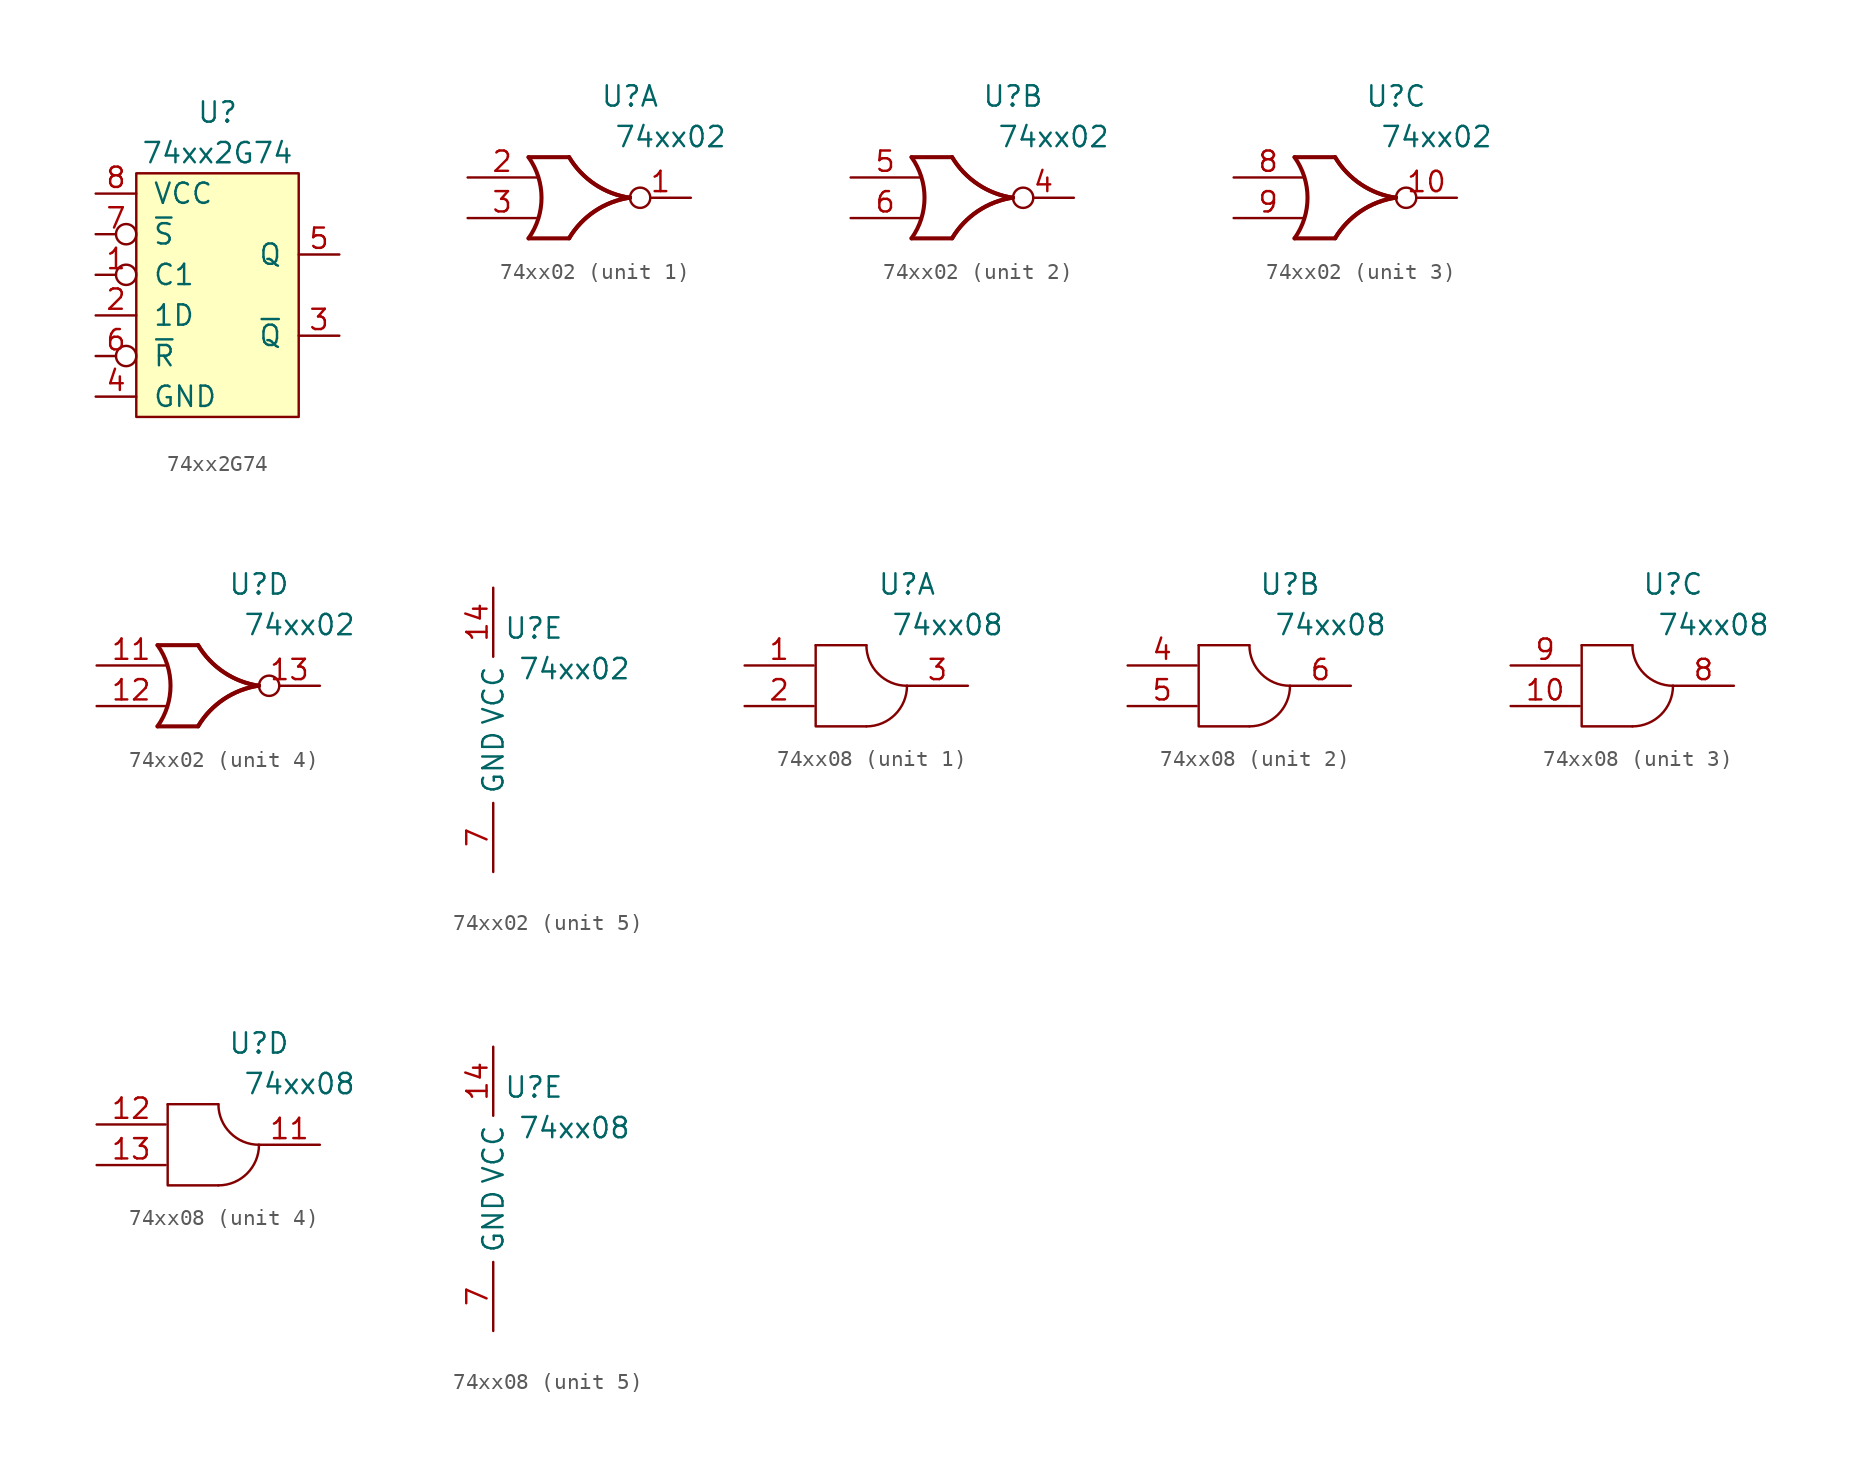
<source format=kicad_sym>
(kicad_symbol_lib
  (version 20211014)
  (generator kicad_symbol_editor)
  (symbol "74xx2G74"
    (pin_names
      (offset 1.016))
    (property "Reference" "U"
      (at 0 11.43 0)
      (effects (font (size 1.27 1.27))))
    (property "Value" "74xx2G74"
      (at 0 8.89 0)
      (effects (font (size 1.27 1.27))))
    (symbol "74xx2G74_0_1"
      (rectangle (start -5.08 7.62) (end 5.08 -7.62) (stroke (width 0) (type default) (color 0 0 0 0)) (fill (type background))))
    (symbol "74xx2G74_1_1"
      (pin input inverted (at -7.62 1.27 0) (length 2.54) (name "C1" (effects (font (size 1.27 1.27)))) (number "1" (effects (font (size 1.27 1.27)))))
      (pin input line (at -7.62 -1.27 0) (length 2.54) (name "1D" (effects (font (size 1.27 1.27)))) (number "2" (effects (font (size 1.27 1.27)))))
      (pin input line (at 7.62 -2.54 180) (length 2.54) (name "~{Q}" (effects (font (size 1.27 1.27)))) (number "3" (effects (font (size 1.27 1.27)))))
      (pin input line (at -7.62 -6.35 0) (length 2.54) (name "GND" (effects (font (size 1.27 1.27)))) (number "4" (effects (font (size 1.27 1.27)))))
      (pin input line (at 7.62 2.54 180) (length 2.54) (name "Q" (effects (font (size 1.27 1.27)))) (number "5" (effects (font (size 1.27 1.27)))))
      (pin input inverted (at -7.62 -3.81 0) (length 2.54) (name "~{R}" (effects (font (size 1.27 1.27)))) (number "6" (effects (font (size 1.27 1.27)))))
      (pin input inverted (at -7.62 3.81 0) (length 2.54) (name "~{S}" (effects (font (size 1.27 1.27)))) (number "7" (effects (font (size 1.27 1.27)))))
      (pin input line (at -7.62 6.35 0) (length 2.54) (name "VCC" (effects (font (size 1.27 1.27)))) (number "8" (effects (font (size 1.27 1.27)))))))
  (symbol "74xx02"
    (property "Reference" "U"
      (at 2.54 6.35 0)
      (effects (font (size 1.27 1.27))))
    (property "Value" "74xx02"
      (at 5.08 3.81 0)
      (effects (font (size 1.27 1.27))))
    (symbol "74xx02_1_1"
      (arc (start -3.81 -2.54) (mid -2.9969 0) (end -3.81 2.54) (stroke (width 0.254) (type default) (color 0 0 0 0)) (fill (type none)))
      (arc (start -1.27 2.54) (mid -4.9882 -7.1648) (end 2.54 0) (stroke (width 0.25) (type default) (color 0 0 0 0)) (fill (type none)))
      (arc (start -1.27 2.54) (mid -4.9882 -7.1648) (end 2.54 0) (stroke (width 0.25) (type default) (color 0 0 0 0)) (fill (type none)))
      (polyline (pts (xy -3.81 -2.54) (xy -1.27 -2.54)) (stroke (width 0.254) (type default) (color 0 0 0 0)) (fill (type background)))
      (polyline (pts (xy -3.81 2.54) (xy -1.27 2.54)) (stroke (width 0.254) (type default) (color 0 0 0 0)) (fill (type background)))
      (arc (start 2.5412 0.0109) (mid -4.987 7.1757) (end -1.2688 -2.5291) (stroke (width 0.254) (type default) (color 0 0 0 0)) (fill (type none)))
      (arc (start 2.5412 0.0109) (mid -4.987 7.1757) (end -1.2688 -2.5291) (stroke (width 0.254) (type default) (color 0 0 0 0)) (fill (type none)))
      (pin output inverted (at 6.35 0 180) (length 3.81) (name "~" (effects (font (size 1.27 1.27)))) (number "1" (effects (font (size 1.27 1.27)))))
      (pin input line (at -7.62 1.27 0) (length 4.318) (name "~" (effects (font (size 1.27 1.27)))) (number "2" (effects (font (size 1.27 1.27)))))
      (pin input line (at -7.62 -1.27 0) (length 4.318) (name "~" (effects (font (size 1.27 1.27)))) (number "3" (effects (font (size 1.27 1.27))))))
    (symbol "74xx02_2_1"
      (arc (start -3.81 -2.54) (mid -2.9969 0) (end -3.81 2.54) (stroke (width 0.254) (type default) (color 0 0 0 0)) (fill (type none)))
      (arc (start -1.27 2.54) (mid -4.9882 -7.1648) (end 2.54 0) (stroke (width 0.25) (type default) (color 0 0 0 0)) (fill (type none)))
      (arc (start -1.27 2.54) (mid -4.9882 -7.1648) (end 2.54 0) (stroke (width 0.25) (type default) (color 0 0 0 0)) (fill (type none)))
      (polyline (pts (xy -3.81 -2.54) (xy -1.27 -2.54)) (stroke (width 0.254) (type default) (color 0 0 0 0)) (fill (type background)))
      (polyline (pts (xy -3.81 2.54) (xy -1.27 2.54)) (stroke (width 0.254) (type default) (color 0 0 0 0)) (fill (type background)))
      (arc (start 2.5412 0.0109) (mid -4.987 7.1757) (end -1.2688 -2.5291) (stroke (width 0.254) (type default) (color 0 0 0 0)) (fill (type none)))
      (arc (start 2.5412 0.0109) (mid -4.987 7.1757) (end -1.2688 -2.5291) (stroke (width 0.254) (type default) (color 0 0 0 0)) (fill (type none)))
      (pin output inverted (at 6.35 0 180) (length 3.81) (name "~" (effects (font (size 1.27 1.27)))) (number "4" (effects (font (size 1.27 1.27)))))
      (pin input line (at -7.62 1.27 0) (length 4.318) (name "~" (effects (font (size 1.27 1.27)))) (number "5" (effects (font (size 1.27 1.27)))))
      (pin input line (at -7.62 -1.27 0) (length 4.318) (name "~" (effects (font (size 1.27 1.27)))) (number "6" (effects (font (size 1.27 1.27))))))
    (symbol "74xx02_3_1"
      (arc (start -3.81 -2.54) (mid -2.9969 0) (end -3.81 2.54) (stroke (width 0.254) (type default) (color 0 0 0 0)) (fill (type none)))
      (arc (start -1.27 2.54) (mid -4.9882 -7.1648) (end 2.54 0) (stroke (width 0.25) (type default) (color 0 0 0 0)) (fill (type none)))
      (arc (start -1.27 2.54) (mid -4.9882 -7.1648) (end 2.54 0) (stroke (width 0.25) (type default) (color 0 0 0 0)) (fill (type none)))
      (polyline (pts (xy -3.81 -2.54) (xy -1.27 -2.54)) (stroke (width 0.254) (type default) (color 0 0 0 0)) (fill (type background)))
      (polyline (pts (xy -3.81 2.54) (xy -1.27 2.54)) (stroke (width 0.254) (type default) (color 0 0 0 0)) (fill (type background)))
      (arc (start 2.5412 0.0109) (mid -4.987 7.1757) (end -1.2688 -2.5291) (stroke (width 0.254) (type default) (color 0 0 0 0)) (fill (type none)))
      (arc (start 2.5412 0.0109) (mid -4.987 7.1757) (end -1.2688 -2.5291) (stroke (width 0.254) (type default) (color 0 0 0 0)) (fill (type none)))
      (pin output inverted (at 6.35 0 180) (length 3.81) (name "~" (effects (font (size 1.27 1.27)))) (number "10" (effects (font (size 1.27 1.27)))))
      (pin input line (at -7.62 1.27 0) (length 4.318) (name "~" (effects (font (size 1.27 1.27)))) (number "8" (effects (font (size 1.27 1.27)))))
      (pin input line (at -7.62 -1.27 0) (length 4.318) (name "~" (effects (font (size 1.27 1.27)))) (number "9" (effects (font (size 1.27 1.27))))))
    (symbol "74xx02_4_1"
      (arc (start -3.81 -2.54) (mid -2.9969 0) (end -3.81 2.54) (stroke (width 0.254) (type default) (color 0 0 0 0)) (fill (type none)))
      (arc (start -1.27 2.54) (mid -4.9882 -7.1648) (end 2.54 0) (stroke (width 0.25) (type default) (color 0 0 0 0)) (fill (type none)))
      (arc (start -1.27 2.54) (mid -4.9882 -7.1648) (end 2.54 0) (stroke (width 0.25) (type default) (color 0 0 0 0)) (fill (type none)))
      (polyline (pts (xy -3.81 -2.54) (xy -1.27 -2.54)) (stroke (width 0.254) (type default) (color 0 0 0 0)) (fill (type background)))
      (polyline (pts (xy -3.81 2.54) (xy -1.27 2.54)) (stroke (width 0.254) (type default) (color 0 0 0 0)) (fill (type background)))
      (arc (start 2.5412 0.0109) (mid -4.987 7.1757) (end -1.2688 -2.5291) (stroke (width 0.254) (type default) (color 0 0 0 0)) (fill (type none)))
      (arc (start 2.5412 0.0109) (mid -4.987 7.1757) (end -1.2688 -2.5291) (stroke (width 0.254) (type default) (color 0 0 0 0)) (fill (type none)))
      (pin input line (at -7.62 1.27 0) (length 4.318) (name "~" (effects (font (size 1.27 1.27)))) (number "11" (effects (font (size 1.27 1.27)))))
      (pin input line (at -7.62 -1.27 0) (length 4.318) (name "~" (effects (font (size 1.27 1.27)))) (number "12" (effects (font (size 1.27 1.27)))))
      (pin output inverted (at 6.35 0 180) (length 3.81) (name "~" (effects (font (size 1.27 1.27)))) (number "13" (effects (font (size 1.27 1.27))))))
    (symbol "74xx02_5_1"
      (pin input line (at 0 8.89 270) (length 4.318) (name "VCC" (effects (font (size 1.27 1.27)))) (number "14" (effects (font (size 1.27 1.27)))))
      (pin input line (at 0 -8.89 90) (length 4.318) (name "GND" (effects (font (size 1.27 1.27)))) (number "7" (effects (font (size 1.27 1.27)))))))
  (symbol "74xx08"
    (property "Reference" "U"
      (at 2.54 6.35 0)
      (effects (font (size 1.27 1.27))))
    (property "Value" "74xx08"
      (at 5.08 3.81 0)
      (effects (font (size 1.27 1.27))))
    (symbol "74xx08_1_1"
      (arc (start 0 -2.54) (mid 1.7961 -1.7961) (end 2.54 0) (stroke (width 0.1524) (type default) (color 0 0 0 0)) (fill (type none)))
      (polyline (pts (xy 0 2.54) (xy -3.175 2.54)) (stroke (width 0.152) (type default) (color 0 0 0 0)) (fill (type none)))
      (polyline (pts (xy -3.175 2.54) (xy -3.175 -2.54) (xy 0 -2.54)) (stroke (width 0.152) (type default) (color 0 0 0 0)) (fill (type none)))
      (arc (start 0 2.54) (mid -1.7961 -1.7961) (end 2.54 0) (stroke (width 0.1524) (type default) (color 0 0 0 0)) (fill (type none)))
      (pin input line (at -7.62 1.27 0) (length 4.318) (name "~" (effects (font (size 1.27 1.27)))) (number "1" (effects (font (size 1.27 1.27)))))
      (pin input line (at -7.62 -1.27 0) (length 4.318) (name "~" (effects (font (size 1.27 1.27)))) (number "2" (effects (font (size 1.27 1.27)))))
      (pin output line (at 6.35 0 180) (length 3.81) (name "~" (effects (font (size 1.27 1.27)))) (number "3" (effects (font (size 1.27 1.27))))))
    (symbol "74xx08_2_1"
      (arc (start 0 -2.54) (mid 1.7961 -1.7961) (end 2.54 0) (stroke (width 0.1524) (type default) (color 0 0 0 0)) (fill (type none)))
      (polyline (pts (xy 0 2.54) (xy -3.175 2.54)) (stroke (width 0.152) (type default) (color 0 0 0 0)) (fill (type none)))
      (polyline (pts (xy -3.175 2.54) (xy -3.175 -2.54) (xy 0 -2.54)) (stroke (width 0.152) (type default) (color 0 0 0 0)) (fill (type none)))
      (arc (start 0 2.54) (mid -1.7961 -1.7961) (end 2.54 0) (stroke (width 0.1524) (type default) (color 0 0 0 0)) (fill (type none)))
      (pin input line (at -7.62 1.27 0) (length 4.318) (name "~" (effects (font (size 1.27 1.27)))) (number "4" (effects (font (size 1.27 1.27)))))
      (pin input line (at -7.62 -1.27 0) (length 4.318) (name "~" (effects (font (size 1.27 1.27)))) (number "5" (effects (font (size 1.27 1.27)))))
      (pin output line (at 6.35 0 180) (length 3.81) (name "~" (effects (font (size 1.27 1.27)))) (number "6" (effects (font (size 1.27 1.27))))))
    (symbol "74xx08_3_1"
      (arc (start 0 -2.54) (mid 1.7961 -1.7961) (end 2.54 0) (stroke (width 0.1524) (type default) (color 0 0 0 0)) (fill (type none)))
      (polyline (pts (xy 0 2.54) (xy -3.175 2.54)) (stroke (width 0.152) (type default) (color 0 0 0 0)) (fill (type none)))
      (polyline (pts (xy -3.175 2.54) (xy -3.175 -2.54) (xy 0 -2.54)) (stroke (width 0.152) (type default) (color 0 0 0 0)) (fill (type none)))
      (arc (start 0 2.54) (mid -1.7961 -1.7961) (end 2.54 0) (stroke (width 0.1524) (type default) (color 0 0 0 0)) (fill (type none)))
      (pin input line (at -7.62 -1.27 0) (length 4.318) (name "~" (effects (font (size 1.27 1.27)))) (number "10" (effects (font (size 1.27 1.27)))))
      (pin output line (at 6.35 0 180) (length 3.81) (name "~" (effects (font (size 1.27 1.27)))) (number "8" (effects (font (size 1.27 1.27)))))
      (pin input line (at -7.62 1.27 0) (length 4.318) (name "~" (effects (font (size 1.27 1.27)))) (number "9" (effects (font (size 1.27 1.27))))))
    (symbol "74xx08_4_1"
      (arc (start 0 -2.54) (mid 1.7961 -1.7961) (end 2.54 0) (stroke (width 0.1524) (type default) (color 0 0 0 0)) (fill (type none)))
      (polyline (pts (xy 0 2.54) (xy -3.175 2.54)) (stroke (width 0.152) (type default) (color 0 0 0 0)) (fill (type none)))
      (polyline (pts (xy -3.175 2.54) (xy -3.175 -2.54) (xy 0 -2.54)) (stroke (width 0.152) (type default) (color 0 0 0 0)) (fill (type none)))
      (arc (start 0 2.54) (mid -1.7961 -1.7961) (end 2.54 0) (stroke (width 0.1524) (type default) (color 0 0 0 0)) (fill (type none)))
      (pin output line (at 6.35 0 180) (length 3.81) (name "~" (effects (font (size 1.27 1.27)))) (number "11" (effects (font (size 1.27 1.27)))))
      (pin input line (at -7.62 1.27 0) (length 4.318) (name "~" (effects (font (size 1.27 1.27)))) (number "12" (effects (font (size 1.27 1.27)))))
      (pin input line (at -7.62 -1.27 0) (length 4.318) (name "~" (effects (font (size 1.27 1.27)))) (number "13" (effects (font (size 1.27 1.27))))))
    (symbol "74xx08_5_1"
      (pin input line (at 0 8.89 270) (length 4.318) (name "VCC" (effects (font (size 1.27 1.27)))) (number "14" (effects (font (size 1.27 1.27)))))
      (pin input line (at 0 -8.89 90) (length 4.318) (name "GND" (effects (font (size 1.27 1.27)))) (number "7" (effects (font (size 1.27 1.27))))))))
</source>
